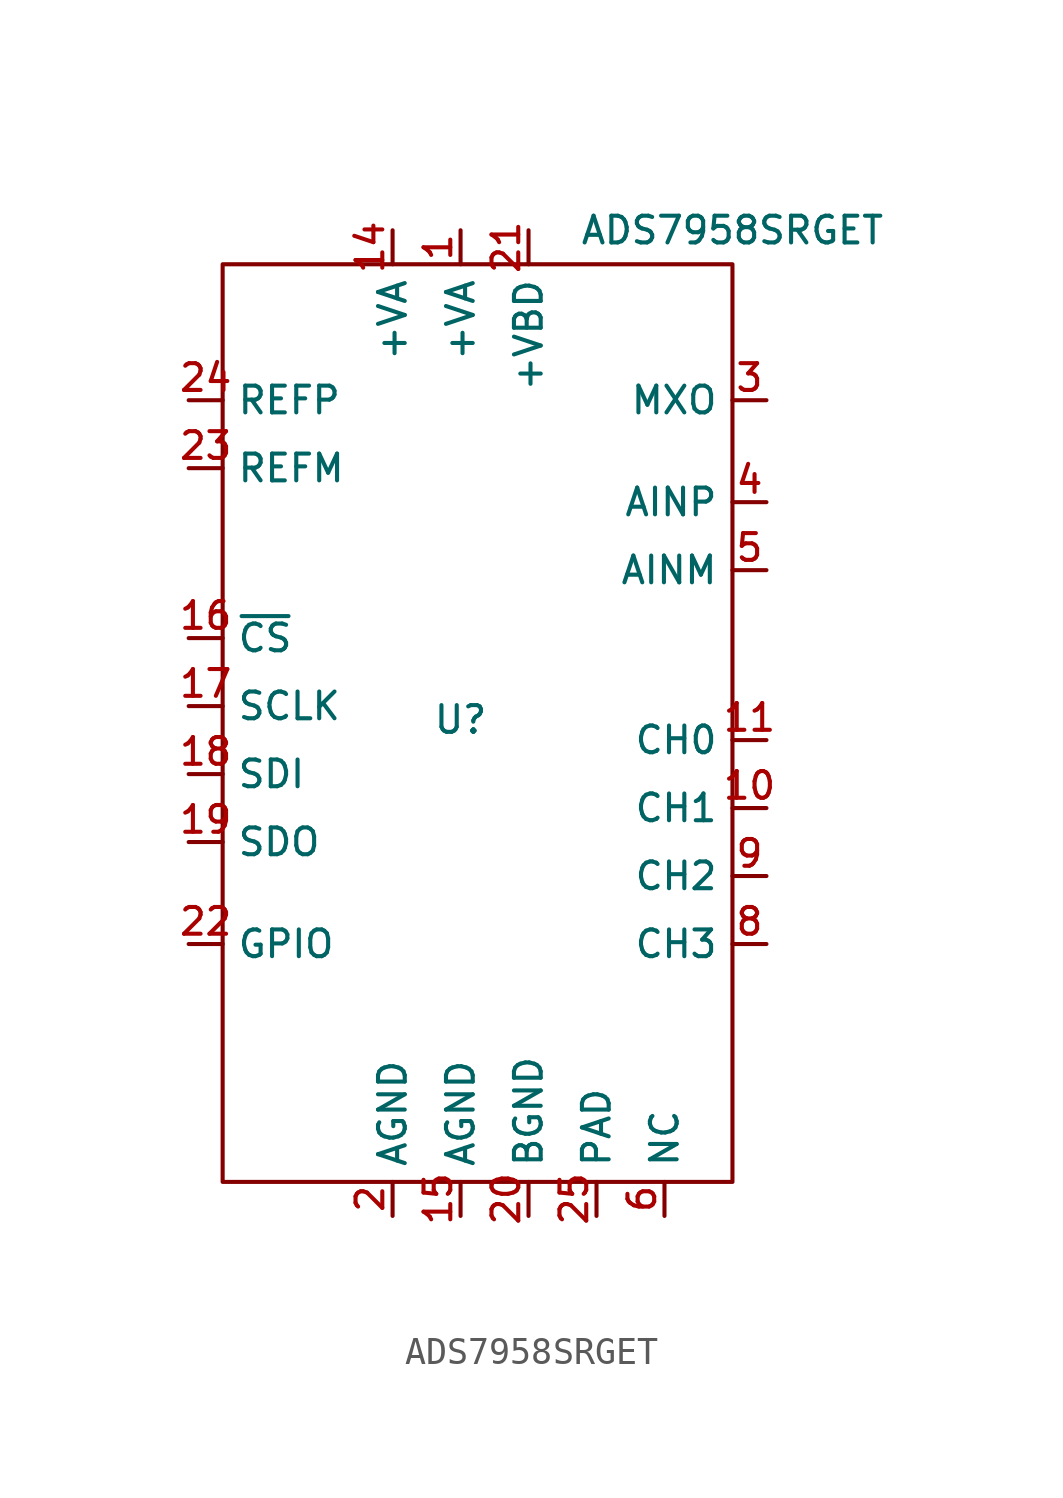
<source format=kicad_sym>
(kicad_symbol_lib
  (version 20231120)
  (generator "kicad_symbol_editor")
  (generator_version "8.0")
  (symbol "ADS7958SRGET"
    (property "Reference" "U"
      (at 0 4.572 0)
      (effects (font (size 1 1))))
    (property "Value" "ADS7958SRGET"
      (at 10.16 22.86 0)
      (effects (font (size 1 1))))
    (symbol "ADS7958SRGET_0_1"
      (rectangle (start -8.89 21.59) (end 10.16 -12.7) (stroke (width 0) (type default)) (fill (type none))))
    (symbol "ADS7958SRGET_1_1"
      (pin power_in line (at 0 22.86 270) (length 1.27) (name "+VA" (effects (font (size 1 1)))) (number "1" (effects (font (size 1 1)))))
      (pin input line (at 11.43 1.27 180) (length 1.27) (name "CH1" (effects (font (size 1 1)))) (number "10" (effects (font (size 1 1)))))
      (pin input line (at 11.43 3.81 180) (length 1.27) (name "CH0" (effects (font (size 1 1)))) (number "11" (effects (font (size 1 1)))))
      (pin passive line (at 7.62 -13.97 90) (length 1.27) hide (name "NC" (effects (font (size 1 1)))) (number "12" (effects (font (size 1 1)))))
      (pin passive line (at 7.62 -13.97 90) (length 1.27) hide (name "NC" (effects (font (size 1 1)))) (number "13" (effects (font (size 1 1)))))
      (pin power_in line (at -2.54 22.86 270) (length 1.27) (name "+VA" (effects (font (size 1 1)))) (number "14" (effects (font (size 1 1)))))
      (pin power_in line (at 0 -13.97 90) (length 1.27) (name "AGND" (effects (font (size 1 1)))) (number "15" (effects (font (size 1 1)))))
      (pin input line (at -10.16 7.62 0) (length 1.27) (name "~{CS}" (effects (font (size 1 1)))) (number "16" (effects (font (size 1 1)))))
      (pin input line (at -10.16 5.08 0) (length 1.27) (name "SCLK" (effects (font (size 1 1)))) (number "17" (effects (font (size 1 1)))))
      (pin input line (at -10.16 2.54 0) (length 1.27) (name "SDI" (effects (font (size 1 1)))) (number "18" (effects (font (size 1 1)))))
      (pin output line (at -10.16 0 0) (length 1.27) (name "SDO" (effects (font (size 1 1)))) (number "19" (effects (font (size 1 1)))))
      (pin power_in line (at -2.54 -13.97 90) (length 1.27) (name "AGND" (effects (font (size 1 1)))) (number "2" (effects (font (size 1 1)))))
      (pin power_in line (at 2.54 -13.97 90) (length 1.27) (name "BGND" (effects (font (size 1 1)))) (number "20" (effects (font (size 1 1)))))
      (pin power_in line (at 2.54 22.86 270) (length 1.27) (name "+VBD" (effects (font (size 1 1)))) (number "21" (effects (font (size 1 1)))))
      (pin bidirectional line (at -10.16 -3.81 0) (length 1.27) (name "GPIO" (effects (font (size 1 1)))) (number "22" (effects (font (size 1 1)))))
      (pin input line (at -10.16 13.97 0) (length 1.27) (name "REFM" (effects (font (size 1 1)))) (number "23" (effects (font (size 1 1)))))
      (pin input line (at -10.16 16.51 0) (length 1.27) (name "REFP" (effects (font (size 1 1)))) (number "24" (effects (font (size 1 1)))))
      (pin power_in line (at 5.08 -13.97 90) (length 1.27) (name "PAD" (effects (font (size 1 1)))) (number "25" (effects (font (size 1 1)))))
      (pin output line (at 11.43 16.51 180) (length 1.27) (name "MXO" (effects (font (size 1 1)))) (number "3" (effects (font (size 1 1)))))
      (pin input line (at 11.43 12.7 180) (length 1.27) (name "AINP" (effects (font (size 1 1)))) (number "4" (effects (font (size 1 1)))))
      (pin input line (at 11.43 10.16 180) (length 1.27) (name "AINM" (effects (font (size 1 1)))) (number "5" (effects (font (size 1 1)))))
      (pin passive line (at 7.62 -13.97 90) (length 1.27) (name "NC" (effects (font (size 1 1)))) (number "6" (effects (font (size 1 1)))))
      (pin passive line (at 7.62 -13.97 90) (length 1.27) hide (name "NC" (effects (font (size 1 1)))) (number "7" (effects (font (size 1 1)))))
      (pin input line (at 11.43 -3.81 180) (length 1.27) (name "CH3" (effects (font (size 1 1)))) (number "8" (effects (font (size 1 1)))))
      (pin input line (at 11.43 -1.27 180) (length 1.27) (name "CH2" (effects (font (size 1 1)))) (number "9" (effects (font (size 1 1))))))))
</source>
